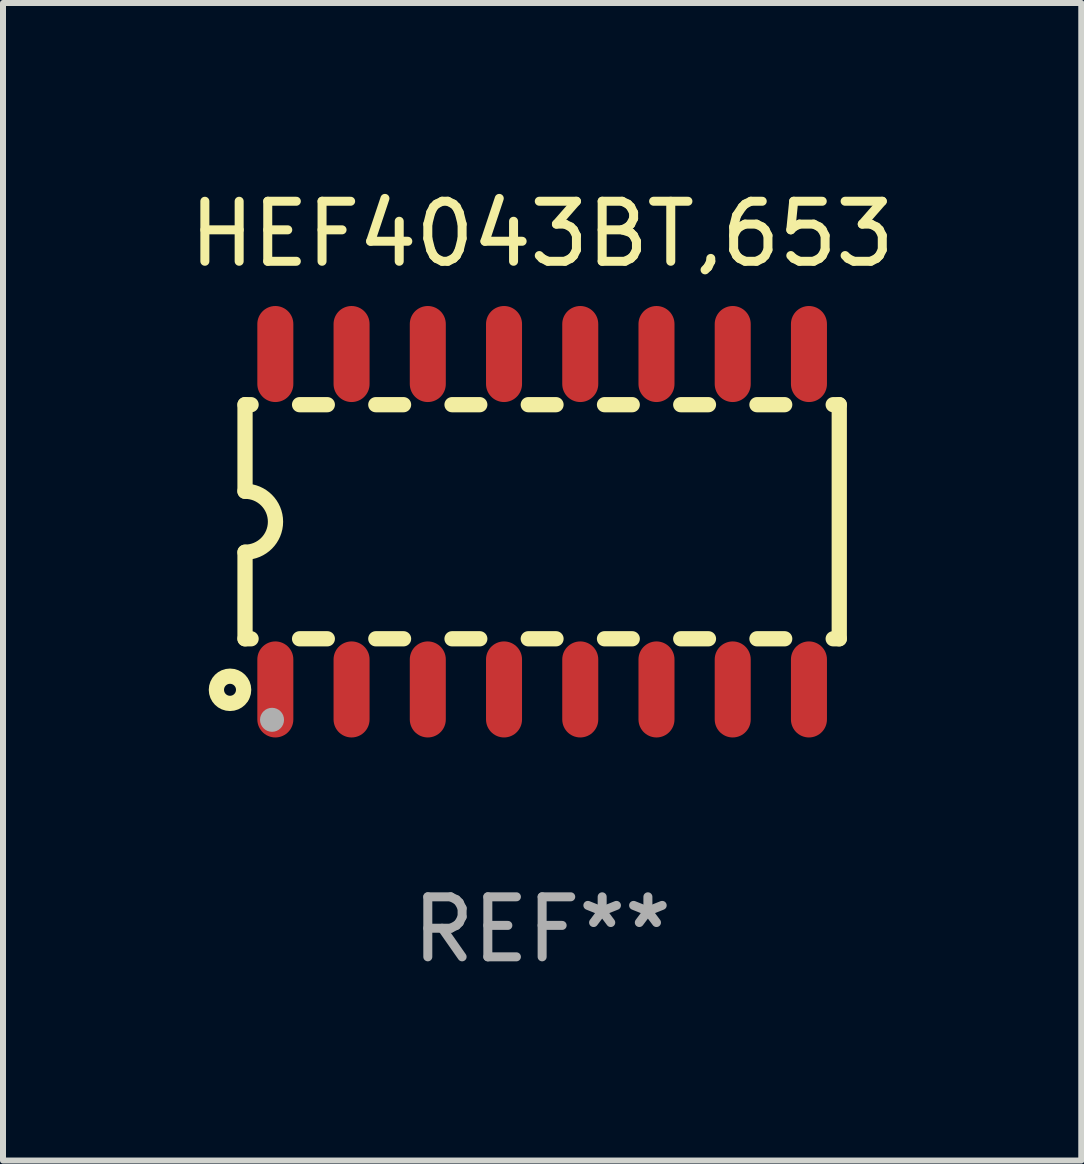
<source format=kicad_pcb>
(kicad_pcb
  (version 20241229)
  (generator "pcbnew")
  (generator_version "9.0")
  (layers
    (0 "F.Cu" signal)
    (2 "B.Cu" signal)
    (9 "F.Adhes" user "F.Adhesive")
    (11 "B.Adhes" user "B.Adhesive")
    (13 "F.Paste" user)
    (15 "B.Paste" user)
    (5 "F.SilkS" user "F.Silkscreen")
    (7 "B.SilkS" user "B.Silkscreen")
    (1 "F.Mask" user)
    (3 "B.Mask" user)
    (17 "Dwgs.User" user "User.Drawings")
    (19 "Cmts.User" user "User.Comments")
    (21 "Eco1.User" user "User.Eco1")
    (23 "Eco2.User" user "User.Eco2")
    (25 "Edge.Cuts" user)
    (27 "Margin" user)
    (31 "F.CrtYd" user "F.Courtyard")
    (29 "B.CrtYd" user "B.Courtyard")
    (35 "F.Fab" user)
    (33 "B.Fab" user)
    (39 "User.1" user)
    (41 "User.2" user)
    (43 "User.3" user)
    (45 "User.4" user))
  (footprint "HEF4043BT,653"
    (layer "F.Cu")
    (at 5.982 5.642)
    (property "Reference" "HEF4043BT,653" (at 0 -4.794 0) (layer "F.SilkS") (effects (font (size 1 1) (thickness 0.15))))
    (attr through_hole)
    (fp_line (start -4.95 -1.95) (end -4.95 -0.508) (stroke (width 0.254) (type solid)) (layer "F.SilkS"))
    (fp_line (start -4.95 -1.95) (end -4.849 -1.95) (stroke (width 0.254) (type solid)) (layer "F.SilkS"))
    (fp_line (start -4.95 1.95) (end -4.95 0.508) (stroke (width 0.254) (type solid)) (layer "F.SilkS"))
    (fp_line (start -4.95 1.95) (end -4.849 1.95) (stroke (width 0.254) (type solid)) (layer "F.SilkS"))
    (fp_line (start -4.041 -1.95) (end -3.579 -1.95) (stroke (width 0.254) (type solid)) (layer "F.SilkS"))
    (fp_line (start -4.041 1.95) (end -3.579 1.95) (stroke (width 0.254) (type solid)) (layer "F.SilkS"))
    (fp_line (start -2.771 -1.95) (end -2.309 -1.95) (stroke (width 0.254) (type solid)) (layer "F.SilkS"))
    (fp_line (start -2.771 1.95) (end -2.309 1.95) (stroke (width 0.254) (type solid)) (layer "F.SilkS"))
    (fp_line (start -1.501 -1.95) (end -1.039 -1.95) (stroke (width 0.254) (type solid)) (layer "F.SilkS"))
    (fp_line (start -1.501 1.95) (end -1.039 1.95) (stroke (width 0.254) (type solid)) (layer "F.SilkS"))
    (fp_line (start -0.231 -1.95) (end 0.231 -1.95) (stroke (width 0.254) (type solid)) (layer "F.SilkS"))
    (fp_line (start -0.231 1.95) (end 0.231 1.95) (stroke (width 0.254) (type solid)) (layer "F.SilkS"))
    (fp_line (start 1.039 -1.95) (end 1.501 -1.95) (stroke (width 0.254) (type solid)) (layer "F.SilkS"))
    (fp_line (start 1.039 1.95) (end 1.501 1.95) (stroke (width 0.254) (type solid)) (layer "F.SilkS"))
    (fp_line (start 2.309 -1.95) (end 2.771 -1.95) (stroke (width 0.254) (type solid)) (layer "F.SilkS"))
    (fp_line (start 2.309 1.95) (end 2.771 1.95) (stroke (width 0.254) (type solid)) (layer "F.SilkS"))
    (fp_line (start 3.579 -1.95) (end 4.041 -1.95) (stroke (width 0.254) (type solid)) (layer "F.SilkS"))
    (fp_line (start 3.579 1.95) (end 4.041 1.95) (stroke (width 0.254) (type solid)) (layer "F.SilkS"))
    (fp_line (start 4.849 -1.95) (end 4.95 -1.95) (stroke (width 0.254) (type solid)) (layer "F.SilkS"))
    (fp_line (start 4.849 1.95) (end 4.95 1.95) (stroke (width 0.254) (type solid)) (layer "F.SilkS"))
    (fp_line (start 4.95 -1.95) (end 4.95 1.95) (stroke (width 0.254) (type solid)) (layer "F.SilkS"))
    (fp_arc (start -4.95047 -0.508001) (mid -4.442469 -0.000228) (end -4.950013 0.508001) (stroke (width 0.254001) (type solid)) (layer "F.SilkS"))
    (fp_circle (center -5.2 2.8) (end -5.1 2.8) (stroke (width 0.254) (type solid)) (fill no) (layer "F.SilkS"))
    (fp_circle (center -4.95 2.947) (end -4.92 2.947) (stroke (width 0.06) (type solid)) (fill no) (layer "F.SilkS"))
    (fp_circle (center -4.5 3.3) (end -4.4 3.3) (stroke (width 0.2) (type solid)) (fill no) (layer "F.Fab"))
    (fp_text user "REF**" (at 0 6.794 0) (layer "F.Fab") (effects (font (size 1 1) (thickness 0.15))))
    (pad "1" smd oval (at -4.445 2.794) (size 0.6 1.6) (layers "F.Cu" "F.Mask" "F.Paste"))
    (pad "2" smd oval (at -3.175 2.794) (size 0.6 1.6) (layers "F.Cu" "F.Mask" "F.Paste"))
    (pad "3" smd oval (at -1.905 2.794) (size 0.6 1.6) (layers "F.Cu" "F.Mask" "F.Paste"))
    (pad "4" smd oval (at -0.635 2.794) (size 0.6 1.6) (layers "F.Cu" "F.Mask" "F.Paste"))
    (pad "5" smd oval (at 0.635 2.794) (size 0.6 1.6) (layers "F.Cu" "F.Mask" "F.Paste"))
    (pad "6" smd oval (at 1.905 2.794) (size 0.6 1.6) (layers "F.Cu" "F.Mask" "F.Paste"))
    (pad "7" smd oval (at 3.175 2.794) (size 0.6 1.6) (layers "F.Cu" "F.Mask" "F.Paste"))
    (pad "8" smd oval (at 4.445 2.794) (size 0.6 1.6) (layers "F.Cu" "F.Mask" "F.Paste"))
    (pad "9" smd oval (at 4.445 -2.794) (size 0.6 1.6) (layers "F.Cu" "F.Mask" "F.Paste"))
    (pad "10" smd oval (at 3.175 -2.794) (size 0.6 1.6) (layers "F.Cu" "F.Mask" "F.Paste"))
    (pad "11" smd oval (at 1.905 -2.794) (size 0.6 1.6) (layers "F.Cu" "F.Mask" "F.Paste"))
    (pad "12" smd oval (at 0.635 -2.794) (size 0.6 1.6) (layers "F.Cu" "F.Mask" "F.Paste"))
    (pad "13" smd oval (at -0.635 -2.794) (size 0.6 1.6) (layers "F.Cu" "F.Mask" "F.Paste"))
    (pad "14" smd oval (at -1.905 -2.794) (size 0.6 1.6) (layers "F.Cu" "F.Mask" "F.Paste"))
    (pad "15" smd oval (at -3.175 -2.794) (size 0.6 1.6) (layers "F.Cu" "F.Mask" "F.Paste"))
    (pad "16" smd oval (at -4.445 -2.794) (size 0.6 1.6) (layers "F.Cu" "F.Mask" "F.Paste")))
  (gr_rect
    (start -3 -3)
    (end 14.964 16.285)
    (stroke (width 0.1) (type default))
    (fill no)
    (layer "Edge.Cuts")))
</source>
